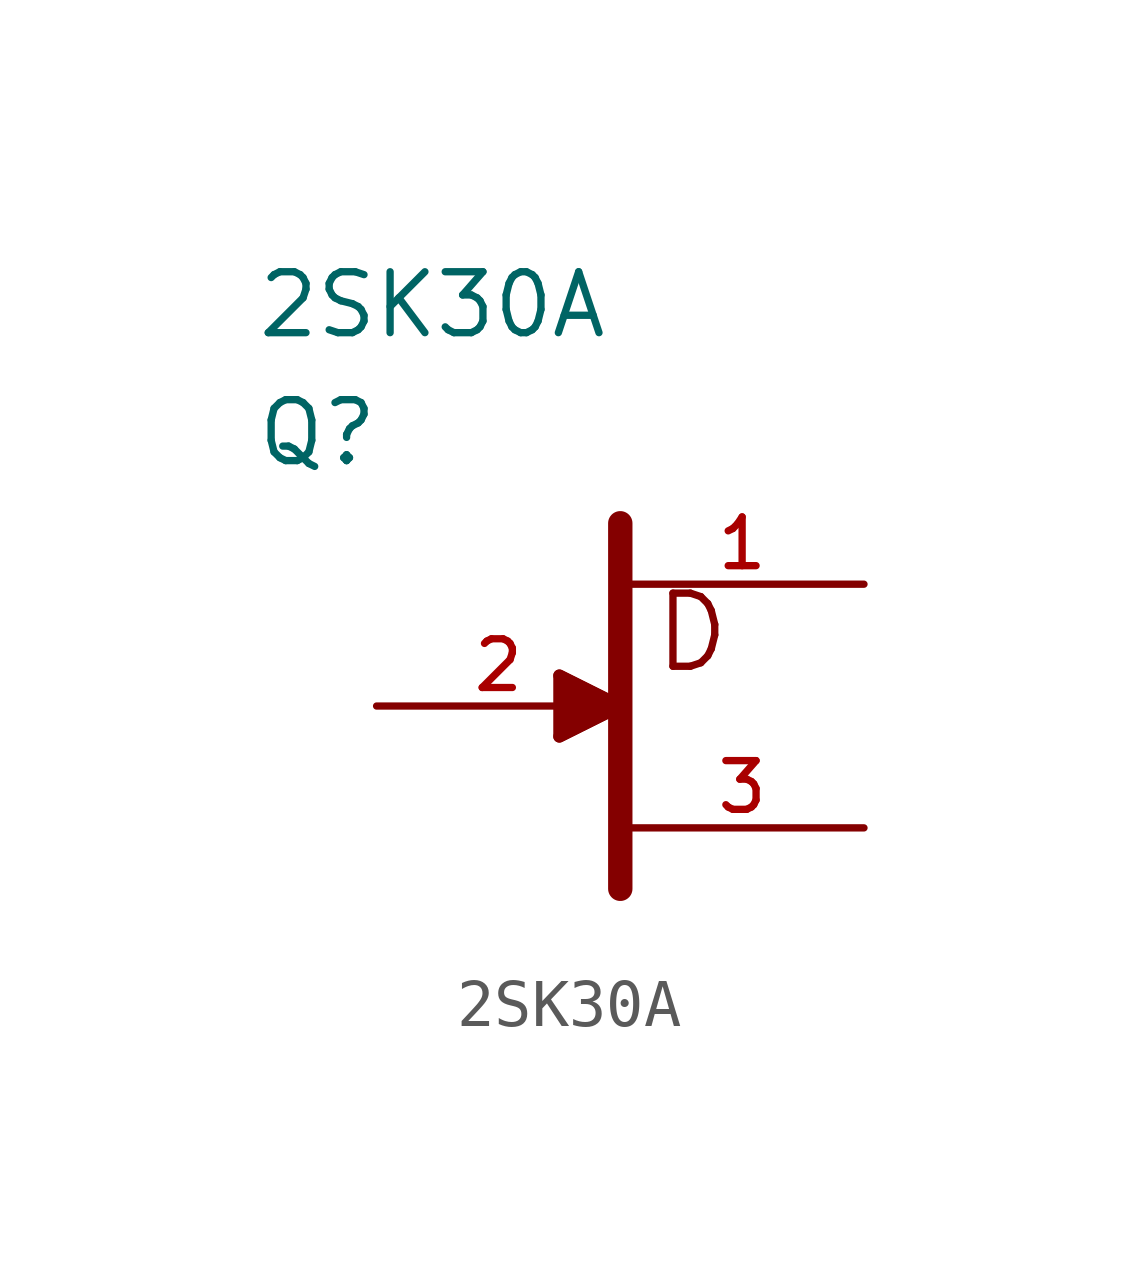
<source format=kicad_sym>
(kicad_symbol_lib
  (version 20211014)
  (generator kicad_symbol_editor)
  (symbol "2SK30A"
    (pin_names
      (offset 1.016))
    (property "Reference" "Q"
      (at -7.62 4.953 0)
      (effects (font (size 1.27 1.27)) (justify bottom left)))
    (property "Value" "2SK30A"
      (at -7.62 7.62 0)
      (effects (font (size 1.27 1.27)) (justify bottom left)))
    (symbol "2SK30A_0_0"
      (polyline (pts (xy 0.0 -3.81) (xy 0.0 3.81)) (stroke (width 0.508)))
      (polyline (pts (xy -1.27 0.635) (xy 0.0 0.0)) (stroke (width 0.254)))
      (polyline (pts (xy 0.0 0.0) (xy -1.27 -0.635)) (stroke (width 0.254)))
      (text "D" (at 0.635 0.635 0) (effects (font (size 1.524 1.524)) (justify bottom left)))
      (polyline (pts (xy -1.27 0.635) (xy 0.0 0.0) (xy -1.27 -0.635) (xy -1.27 0.635)) (stroke (width 0.254)) (fill (type outline)))
      (pin passive line (at -5.08 0.0 0) (length 5.08) (name "~" (effects (font (size 1.016 1.016)))) (number "2" (effects (font (size 1.016 1.016)))))
      (pin passive line (at 5.08 2.54 180.0) (length 5.08) (name "~" (effects (font (size 1.016 1.016)))) (number "1" (effects (font (size 1.016 1.016)))))
      (pin passive line (at 5.08 -2.54 180.0) (length 5.08) (name "~" (effects (font (size 1.016 1.016)))) (number "3" (effects (font (size 1.016 1.016))))))))
</source>
